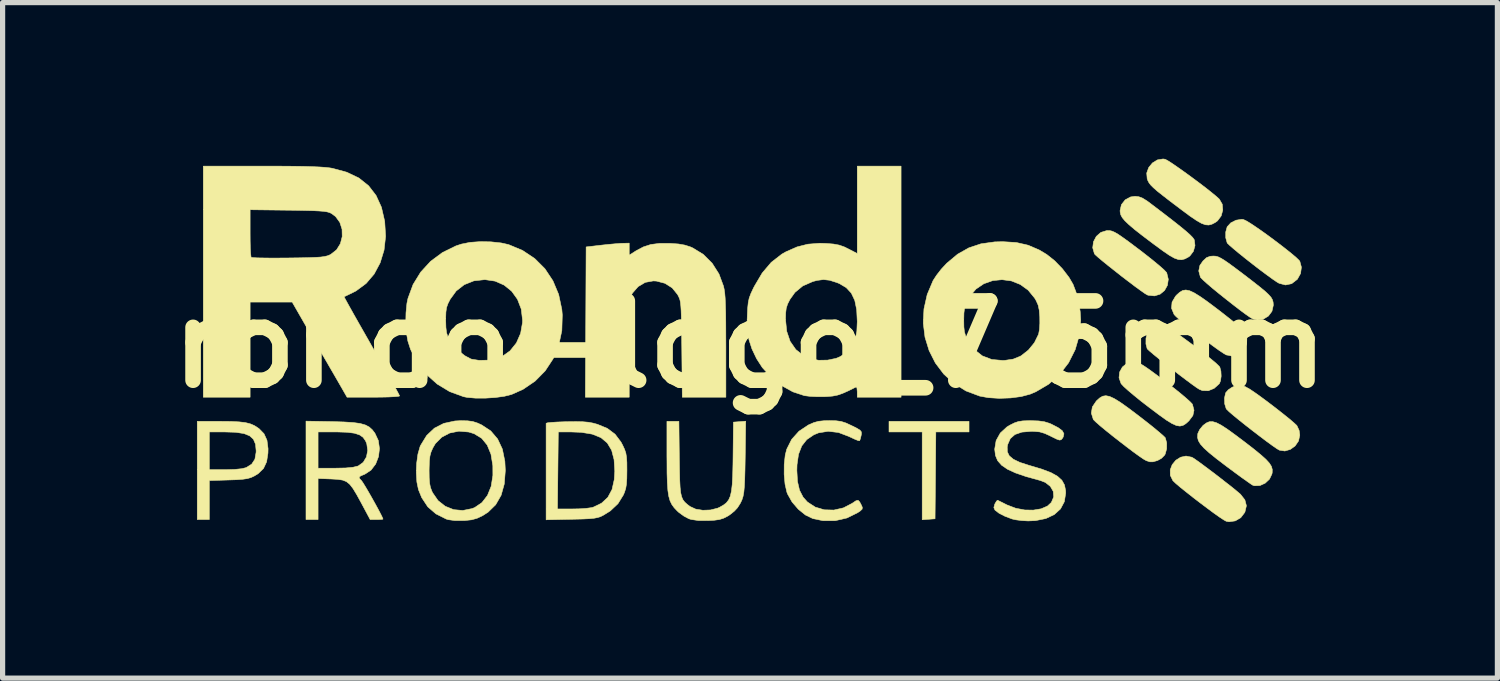
<source format=kicad_pcb>
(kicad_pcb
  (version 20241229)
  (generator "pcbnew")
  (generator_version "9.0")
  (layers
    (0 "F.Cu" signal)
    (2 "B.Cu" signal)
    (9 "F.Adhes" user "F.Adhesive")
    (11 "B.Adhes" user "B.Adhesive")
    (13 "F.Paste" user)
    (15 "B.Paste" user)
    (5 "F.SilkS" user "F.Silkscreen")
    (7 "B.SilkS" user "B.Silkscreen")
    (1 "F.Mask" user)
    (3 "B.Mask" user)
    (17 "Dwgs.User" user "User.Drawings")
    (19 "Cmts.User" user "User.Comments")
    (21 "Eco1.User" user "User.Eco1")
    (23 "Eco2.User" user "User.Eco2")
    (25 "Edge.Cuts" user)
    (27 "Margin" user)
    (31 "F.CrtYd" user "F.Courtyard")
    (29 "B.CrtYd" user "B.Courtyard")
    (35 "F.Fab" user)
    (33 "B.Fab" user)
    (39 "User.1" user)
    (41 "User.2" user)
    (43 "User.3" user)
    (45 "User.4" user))
  (footprint "rondo-logo_7.5mm"
    (layer "F.Cu")
    (at 11.365 3.568)
    (property "Reference" "rondo-logo_7.5mm" (at 0 0 0) (layer "F.SilkS") (effects (font (size 1.524 1.524) (thickness 0.3))))
    (attr through_hole)
    (fp_poly (pts (xy 4.209 1.684) (xy 3.571 1.684) (xy 3.564 2.518) (xy 3.556 3.353) (xy 3.433 3.362) (xy 3.309 3.371) (xy 3.309 1.684) (xy 2.671 1.684) (xy 2.671 1.48) (xy 4.209 1.48) (xy 4.209 1.684)) (stroke (width 0.01) (type solid)) (fill yes) (layer "F.SilkS"))
    (fp_poly (pts (xy 7.472 -2.837) (xy 7.544 -2.81) (xy 7.632 -2.755) (xy 7.698 -2.706) (xy 7.928 -2.531) (xy 8.115 -2.387) (xy 8.263 -2.27) (xy 8.375 -2.178) (xy 8.455 -2.107) (xy 8.507 -2.054) (xy 8.534 -2.016) (xy 8.539 -2.006) (xy 8.552 -1.898) (xy 8.521 -1.787) (xy 8.453 -1.698) (xy 8.422 -1.676) (xy 8.357 -1.642) (xy 8.296 -1.626) (xy 8.232 -1.63) (xy 8.156 -1.657) (xy 8.06 -1.711) (xy 7.937 -1.795) (xy 7.779 -1.911) (xy 7.729 -1.948) (xy 7.54 -2.091) (xy 7.393 -2.206) (xy 7.284 -2.299) (xy 7.206 -2.373) (xy 7.155 -2.434) (xy 7.126 -2.488) (xy 7.114 -2.539) (xy 7.112 -2.571) (xy 7.138 -2.685) (xy 7.21 -2.777) (xy 7.314 -2.833) (xy 7.399 -2.845) (xy 7.472 -2.837)) (stroke (width 0.01) (type solid)) (fill yes) (layer "F.SilkS"))
    (fp_poly (pts (xy 7.413 0.339) (xy 7.459 0.353) (xy 7.518 0.382) (xy 7.594 0.43) (xy 7.696 0.501) (xy 7.831 0.6) (xy 7.976 0.71) (xy 8.125 0.824) (xy 8.259 0.931) (xy 8.371 1.025) (xy 8.453 1.098) (xy 8.498 1.145) (xy 8.503 1.153) (xy 8.533 1.267) (xy 8.511 1.369) (xy 8.436 1.469) (xy 8.376 1.524) (xy 8.321 1.558) (xy 8.262 1.571) (xy 8.194 1.56) (xy 8.108 1.521) (xy 7.999 1.454) (xy 7.86 1.354) (xy 7.683 1.221) (xy 7.661 1.204) (xy 7.513 1.09) (xy 7.379 0.981) (xy 7.265 0.885) (xy 7.181 0.809) (xy 7.135 0.759) (xy 7.131 0.754) (xy 7.092 0.643) (xy 7.103 0.533) (xy 7.156 0.437) (xy 7.242 0.366) (xy 7.355 0.336) (xy 7.371 0.335) (xy 7.413 0.339)) (stroke (width 0.01) (type solid)) (fill yes) (layer "F.SilkS"))
    (fp_poly (pts (xy 8.003 -0.344) (xy 8.087 -0.292) (xy 8.199 -0.216) (xy 8.329 -0.123) (xy 8.469 -0.02) (xy 8.611 0.087) (xy 8.745 0.19) (xy 8.863 0.285) (xy 8.956 0.363) (xy 9.014 0.419) (xy 9.029 0.438) (xy 9.05 0.514) (xy 9.055 0.612) (xy 9.042 0.703) (xy 9.02 0.756) (xy 8.92 0.846) (xy 8.807 0.892) (xy 8.693 0.888) (xy 8.636 0.865) (xy 8.578 0.828) (xy 8.489 0.764) (xy 8.376 0.68) (xy 8.248 0.583) (xy 8.113 0.479) (xy 7.98 0.375) (xy 7.857 0.277) (xy 7.754 0.193) (xy 7.678 0.128) (xy 7.637 0.09) (xy 7.633 0.085) (xy 7.609 -0.007) (xy 7.61 -0.118) (xy 7.636 -0.219) (xy 7.65 -0.245) (xy 7.732 -0.322) (xy 7.843 -0.366) (xy 7.955 -0.367) (xy 8.003 -0.344)) (stroke (width 0.01) (type solid)) (fill yes) (layer "F.SilkS"))
    (fp_poly (pts (xy 8.447 -1.031) (xy 8.536 -0.99) (xy 8.649 -0.92) (xy 8.793 -0.819) (xy 8.974 -0.683) (xy 9.011 -0.655) (xy 9.157 -0.541) (xy 9.288 -0.437) (xy 9.397 -0.348) (xy 9.476 -0.279) (xy 9.517 -0.238) (xy 9.521 -0.233) (xy 9.549 -0.135) (xy 9.546 -0.023) (xy 9.515 0.076) (xy 9.49 0.112) (xy 9.379 0.197) (xy 9.261 0.225) (xy 9.152 0.203) (xy 9.099 0.172) (xy 9.011 0.113) (xy 8.897 0.031) (xy 8.767 -0.066) (xy 8.63 -0.171) (xy 8.494 -0.278) (xy 8.369 -0.378) (xy 8.264 -0.466) (xy 8.188 -0.534) (xy 8.15 -0.574) (xy 8.15 -0.575) (xy 8.101 -0.694) (xy 8.111 -0.811) (xy 8.177 -0.924) (xy 8.201 -0.95) (xy 8.259 -1.002) (xy 8.315 -1.035) (xy 8.376 -1.045) (xy 8.447 -1.031)) (stroke (width 0.01) (type solid)) (fill yes) (layer "F.SilkS"))
    (fp_poly (pts (xy 8.489 2.169) (xy 8.508 2.179) (xy 8.557 2.211) (xy 8.642 2.271) (xy 8.752 2.353) (xy 8.879 2.448) (xy 9.013 2.55) (xy 9.143 2.652) (xy 9.261 2.744) (xy 9.355 2.821) (xy 9.418 2.874) (xy 9.426 2.881) (xy 9.511 2.99) (xy 9.54 3.102) (xy 9.512 3.221) (xy 9.508 3.231) (xy 9.432 3.331) (xy 9.326 3.393) (xy 9.207 3.41) (xy 9.152 3.4) (xy 9.108 3.376) (xy 9.027 3.323) (xy 8.918 3.246) (xy 8.791 3.152) (xy 8.654 3.049) (xy 8.516 2.943) (xy 8.387 2.841) (xy 8.273 2.75) (xy 8.186 2.676) (xy 8.133 2.626) (xy 8.126 2.618) (xy 8.077 2.517) (xy 8.076 2.411) (xy 8.114 2.312) (xy 8.183 2.228) (xy 8.275 2.17) (xy 8.379 2.147) (xy 8.489 2.169)) (stroke (width 0.01) (type solid)) (fill yes) (layer "F.SilkS"))
    (fp_poly (pts (xy 9.479 -2.4) (xy 9.529 -2.378) (xy 9.615 -2.327) (xy 9.729 -2.251) (xy 9.861 -2.159) (xy 10.003 -2.056) (xy 10.146 -1.949) (xy 10.281 -1.845) (xy 10.4 -1.75) (xy 10.494 -1.671) (xy 10.553 -1.614) (xy 10.567 -1.595) (xy 10.597 -1.483) (xy 10.581 -1.362) (xy 10.522 -1.255) (xy 10.516 -1.248) (xy 10.41 -1.166) (xy 10.292 -1.141) (xy 10.169 -1.173) (xy 10.129 -1.196) (xy 10.042 -1.255) (xy 9.931 -1.336) (xy 9.803 -1.431) (xy 9.668 -1.535) (xy 9.533 -1.641) (xy 9.408 -1.741) (xy 9.301 -1.83) (xy 9.221 -1.899) (xy 9.175 -1.943) (xy 9.17 -1.951) (xy 9.143 -2.047) (xy 9.143 -2.16) (xy 9.17 -2.258) (xy 9.171 -2.26) (xy 9.24 -2.335) (xy 9.341 -2.386) (xy 9.451 -2.403) (xy 9.479 -2.4)) (stroke (width 0.01) (type solid)) (fill yes) (layer "F.SilkS"))
    (fp_poly (pts (xy 6.913 -2.186) (xy 6.957 -2.176) (xy 7.008 -2.154) (xy 7.075 -2.115) (xy 7.164 -2.054) (xy 7.283 -1.968) (xy 7.438 -1.851) (xy 7.483 -1.818) (xy 7.631 -1.703) (xy 7.765 -1.596) (xy 7.877 -1.503) (xy 7.959 -1.43) (xy 8.004 -1.382) (xy 8.009 -1.374) (xy 8.039 -1.25) (xy 8.022 -1.134) (xy 7.967 -1.035) (xy 7.881 -0.964) (xy 7.773 -0.931) (xy 7.652 -0.944) (xy 7.635 -0.95) (xy 7.591 -0.976) (xy 7.512 -1.031) (xy 7.406 -1.108) (xy 7.282 -1.202) (xy 7.148 -1.304) (xy 7.014 -1.41) (xy 6.886 -1.511) (xy 6.774 -1.602) (xy 6.687 -1.675) (xy 6.632 -1.725) (xy 6.619 -1.741) (xy 6.586 -1.856) (xy 6.601 -1.972) (xy 6.655 -2.075) (xy 6.742 -2.151) (xy 6.854 -2.186) (xy 6.87 -2.187) (xy 6.913 -2.186)) (stroke (width 0.01) (type solid)) (fill yes) (layer "F.SilkS"))
    (fp_poly (pts (xy 7.978 -3.557) (xy 8.023 -3.534) (xy 8.105 -3.482) (xy 8.214 -3.407) (xy 8.343 -3.316) (xy 8.482 -3.215) (xy 8.622 -3.111) (xy 8.755 -3.01) (xy 8.871 -2.918) (xy 8.962 -2.843) (xy 9.019 -2.791) (xy 9.02 -2.79) (xy 9.076 -2.693) (xy 9.086 -2.58) (xy 9.055 -2.468) (xy 8.985 -2.374) (xy 8.941 -2.342) (xy 8.877 -2.309) (xy 8.817 -2.293) (xy 8.752 -2.298) (xy 8.676 -2.326) (xy 8.58 -2.381) (xy 8.456 -2.465) (xy 8.297 -2.583) (xy 8.252 -2.617) (xy 8.072 -2.753) (xy 7.933 -2.861) (xy 7.828 -2.944) (xy 7.754 -3.009) (xy 7.702 -3.061) (xy 7.668 -3.105) (xy 7.646 -3.147) (xy 7.633 -3.182) (xy 7.624 -3.292) (xy 7.662 -3.398) (xy 7.734 -3.486) (xy 7.83 -3.545) (xy 7.938 -3.563) (xy 7.978 -3.557)) (stroke (width 0.01) (type solid)) (fill yes) (layer "F.SilkS"))
    (fp_poly (pts (xy 8.951 -1.694) (xy 8.998 -1.681) (xy 9.055 -1.653) (xy 9.129 -1.607) (xy 9.229 -1.537) (xy 9.361 -1.439) (xy 9.47 -1.357) (xy 9.65 -1.219) (xy 9.789 -1.11) (xy 9.893 -1.025) (xy 9.965 -0.958) (xy 10.013 -0.904) (xy 10.04 -0.857) (xy 10.053 -0.812) (xy 10.057 -0.762) (xy 10.057 -0.75) (xy 10.031 -0.635) (xy 9.963 -0.544) (xy 9.867 -0.485) (xy 9.754 -0.467) (xy 9.664 -0.488) (xy 9.611 -0.519) (xy 9.525 -0.579) (xy 9.414 -0.661) (xy 9.287 -0.759) (xy 9.152 -0.865) (xy 9.018 -0.972) (xy 8.893 -1.074) (xy 8.787 -1.165) (xy 8.707 -1.237) (xy 8.662 -1.283) (xy 8.656 -1.292) (xy 8.624 -1.41) (xy 8.646 -1.517) (xy 8.706 -1.603) (xy 8.775 -1.667) (xy 8.847 -1.693) (xy 8.906 -1.697) (xy 8.951 -1.694)) (stroke (width 0.01) (type solid)) (fill yes) (layer "F.SilkS"))
    (fp_poly (pts (xy 8.963 1.506) (xy 9.056 1.554) (xy 9.174 1.631) (xy 9.325 1.74) (xy 9.498 1.87) (xy 9.678 2.009) (xy 9.815 2.121) (xy 9.915 2.21) (xy 9.982 2.284) (xy 10.021 2.346) (xy 10.037 2.404) (xy 10.036 2.463) (xy 10.031 2.491) (xy 9.984 2.59) (xy 9.901 2.668) (xy 9.8 2.714) (xy 9.696 2.718) (xy 9.667 2.71) (xy 9.631 2.688) (xy 9.557 2.636) (xy 9.451 2.561) (xy 9.323 2.467) (xy 9.18 2.361) (xy 9.153 2.341) (xy 8.968 2.2) (xy 8.827 2.086) (xy 8.725 1.994) (xy 8.656 1.917) (xy 8.616 1.85) (xy 8.601 1.788) (xy 8.605 1.725) (xy 8.607 1.712) (xy 8.642 1.638) (xy 8.703 1.563) (xy 8.717 1.551) (xy 8.773 1.51) (xy 8.828 1.487) (xy 8.889 1.485) (xy 8.963 1.506)) (stroke (width 0.01) (type solid)) (fill yes) (layer "F.SilkS"))
    (fp_poly (pts (xy 9.444 0.788) (xy 9.517 0.813) (xy 9.607 0.863) (xy 9.722 0.941) (xy 9.871 1.049) (xy 9.987 1.136) (xy 10.133 1.248) (xy 10.266 1.353) (xy 10.379 1.444) (xy 10.461 1.515) (xy 10.507 1.558) (xy 10.51 1.561) (xy 10.553 1.653) (xy 10.566 1.745) (xy 10.542 1.857) (xy 10.477 1.952) (xy 10.385 2.019) (xy 10.279 2.05) (xy 10.175 2.034) (xy 10.125 2.005) (xy 10.041 1.947) (xy 9.931 1.867) (xy 9.804 1.771) (xy 9.668 1.667) (xy 9.532 1.561) (xy 9.404 1.459) (xy 9.294 1.369) (xy 9.21 1.297) (xy 9.161 1.249) (xy 9.152 1.238) (xy 9.123 1.145) (xy 9.119 1.033) (xy 9.14 0.937) (xy 9.145 0.927) (xy 9.192 0.874) (xy 9.26 0.828) (xy 9.323 0.798) (xy 9.383 0.784) (xy 9.444 0.788)) (stroke (width 0.01) (type solid)) (fill yes) (layer "F.SilkS"))
    (fp_poly (pts (xy 6.91 1.001) (xy 6.999 1.042) (xy 7.113 1.112) (xy 7.257 1.214) (xy 7.438 1.35) (xy 7.473 1.377) (xy 7.619 1.49) (xy 7.75 1.594) (xy 7.858 1.684) (xy 7.937 1.752) (xy 7.979 1.793) (xy 7.982 1.799) (xy 8.008 1.894) (xy 8.007 2.008) (xy 7.979 2.11) (xy 7.966 2.132) (xy 7.906 2.192) (xy 7.831 2.233) (xy 7.747 2.257) (xy 7.685 2.258) (xy 7.615 2.235) (xy 7.564 2.206) (xy 7.479 2.148) (xy 7.368 2.068) (xy 7.241 1.972) (xy 7.105 1.867) (xy 6.969 1.761) (xy 6.842 1.659) (xy 6.734 1.57) (xy 6.652 1.498) (xy 6.605 1.452) (xy 6.598 1.444) (xy 6.56 1.322) (xy 6.579 1.203) (xy 6.655 1.09) (xy 6.663 1.082) (xy 6.721 1.03) (xy 6.777 0.997) (xy 6.838 0.987) (xy 6.91 1.001)) (stroke (width 0.01) (type solid)) (fill yes) (layer "F.SilkS"))
    (fp_poly (pts (xy -9.975 1.482) (xy -9.819 1.49) (xy -9.699 1.504) (xy -9.604 1.528) (xy -9.525 1.562) (xy -9.45 1.611) (xy -9.438 1.619) (xy -9.341 1.718) (xy -9.284 1.844) (xy -9.263 2.006) (xy -9.265 2.09) (xy -9.291 2.258) (xy -9.351 2.386) (xy -9.453 2.485) (xy -9.531 2.532) (xy -9.592 2.56) (xy -9.661 2.58) (xy -9.75 2.593) (xy -9.872 2.602) (xy -10.022 2.607) (xy -10.392 2.618) (xy -10.392 3.367) (xy -10.624 3.367) (xy -10.624 1.684) (xy -10.392 1.684) (xy -10.392 2.409) (xy -10.086 2.409) (xy -9.906 2.404) (xy -9.768 2.39) (xy -9.684 2.369) (xy -9.578 2.303) (xy -9.516 2.208) (xy -9.493 2.075) (xy -9.492 2.047) (xy -9.504 1.92) (xy -9.544 1.825) (xy -9.617 1.758) (xy -9.729 1.714) (xy -9.887 1.69) (xy -10.086 1.684) (xy -10.392 1.684) (xy -10.624 1.684) (xy -10.624 1.48) (xy -10.179 1.48) (xy -9.975 1.482)) (stroke (width 0.01) (type solid)) (fill yes) (layer "F.SilkS"))
    (fp_poly (pts (xy -0.093 2.183) (xy -0.097 2.413) (xy -0.102 2.593) (xy -0.109 2.733) (xy -0.119 2.839) (xy -0.134 2.922) (xy -0.155 2.988) (xy -0.183 3.048) (xy -0.22 3.108) (xy -0.244 3.144) (xy -0.302 3.206) (xy -0.387 3.274) (xy -0.43 3.302) (xy -0.509 3.342) (xy -0.589 3.367) (xy -0.69 3.381) (xy -0.811 3.387) (xy -0.994 3.386) (xy -1.129 3.366) (xy -1.175 3.352) (xy -1.268 3.303) (xy -1.365 3.233) (xy -1.399 3.202) (xy -1.457 3.141) (xy -1.502 3.079) (xy -1.537 3.008) (xy -1.562 2.919) (xy -1.579 2.807) (xy -1.589 2.662) (xy -1.595 2.477) (xy -1.596 2.244) (xy -1.597 2.157) (xy -1.597 1.48) (xy -1.367 1.48) (xy -1.359 2.19) (xy -1.355 2.423) (xy -1.351 2.605) (xy -1.344 2.745) (xy -1.333 2.85) (xy -1.315 2.928) (xy -1.29 2.986) (xy -1.255 3.032) (xy -1.209 3.074) (xy -1.152 3.117) (xy -1.044 3.167) (xy -0.907 3.189) (xy -0.759 3.183) (xy -0.621 3.148) (xy -0.582 3.13) (xy -0.51 3.089) (xy -0.454 3.045) (xy -0.411 2.99) (xy -0.379 2.918) (xy -0.357 2.821) (xy -0.342 2.692) (xy -0.333 2.524) (xy -0.328 2.309) (xy -0.326 2.163) (xy -0.319 1.495) (xy -0.201 1.486) (xy -0.083 1.477) (xy -0.093 2.183)) (stroke (width 0.01) (type solid)) (fill yes) (layer "F.SilkS"))
    (fp_poly (pts (xy -2.322 -1.714) (xy -2.192 -1.797) (xy -2.051 -1.872) (xy -1.907 -1.919) (xy -1.741 -1.94) (xy -1.537 -1.94) (xy -1.532 -1.94) (xy -1.376 -1.929) (xy -1.256 -1.908) (xy -1.151 -1.875) (xy -1.099 -1.852) (xy -0.897 -1.728) (xy -0.728 -1.559) (xy -0.597 -1.353) (xy -0.51 -1.119) (xy -0.497 -1.059) (xy -0.486 -0.984) (xy -0.478 -0.889) (xy -0.473 -0.765) (xy -0.468 -0.608) (xy -0.466 -0.409) (xy -0.465 -0.164) (xy -0.464 0.035) (xy -0.464 1.016) (xy -1.302 1.016) (xy -1.311 0.094) (xy -1.314 -0.161) (xy -1.317 -0.365) (xy -1.32 -0.525) (xy -1.324 -0.647) (xy -1.33 -0.738) (xy -1.337 -0.805) (xy -1.347 -0.855) (xy -1.361 -0.894) (xy -1.378 -0.93) (xy -1.393 -0.958) (xy -1.496 -1.085) (xy -1.635 -1.173) (xy -1.799 -1.216) (xy -1.86 -1.219) (xy -2.014 -1.191) (xy -2.15 -1.11) (xy -2.256 -0.989) (xy -2.274 -0.961) (xy -2.289 -0.932) (xy -2.3 -0.895) (xy -2.308 -0.845) (xy -2.314 -0.774) (xy -2.318 -0.676) (xy -2.321 -0.544) (xy -2.322 -0.373) (xy -2.322 -0.155) (xy -2.322 0.062) (xy -2.322 1.016) (xy -3.165 1.016) (xy -3.157 -0.428) (xy -3.15 -1.872) (xy -2.859 -1.906) (xy -2.72 -1.921) (xy -2.587 -1.933) (xy -2.482 -1.941) (xy -2.446 -1.942) (xy -2.322 -1.945) (xy -2.322 -1.714)) (stroke (width 0.01) (type solid)) (fill yes) (layer "F.SilkS"))
    (fp_poly (pts (xy -8.019 1.485) (xy -7.798 1.492) (xy -7.626 1.503) (xy -7.494 1.521) (xy -7.395 1.549) (xy -7.32 1.588) (xy -7.26 1.642) (xy -7.21 1.707) (xy -7.144 1.848) (xy -7.122 2.003) (xy -7.14 2.157) (xy -7.195 2.3) (xy -7.284 2.417) (xy -7.404 2.496) (xy -7.409 2.498) (xy -7.484 2.529) (xy -7.513 2.553) (xy -7.502 2.582) (xy -7.467 2.62) (xy -7.439 2.66) (xy -7.391 2.738) (xy -7.33 2.841) (xy -7.263 2.959) (xy -7.196 3.079) (xy -7.135 3.191) (xy -7.088 3.282) (xy -7.059 3.342) (xy -7.054 3.359) (xy -7.08 3.364) (xy -7.145 3.367) (xy -7.177 3.367) (xy -7.301 3.367) (xy -7.471 3.049) (xy -7.56 2.887) (xy -7.631 2.77) (xy -7.694 2.689) (xy -7.757 2.638) (xy -7.831 2.609) (xy -7.924 2.595) (xy -8.043 2.588) (xy -8.302 2.578) (xy -8.302 3.367) (xy -8.534 3.367) (xy -8.534 1.684) (xy -8.302 1.684) (xy -8.302 2.38) (xy -7.967 2.38) (xy -7.771 2.376) (xy -7.629 2.362) (xy -7.535 2.339) (xy -7.531 2.338) (xy -7.434 2.268) (xy -7.372 2.164) (xy -7.348 2.04) (xy -7.366 1.91) (xy -7.39 1.854) (xy -7.437 1.787) (xy -7.505 1.74) (xy -7.603 1.708) (xy -7.739 1.69) (xy -7.922 1.684) (xy -7.967 1.684) (xy -8.302 1.684) (xy -8.534 1.684) (xy -8.534 1.476) (xy -8.019 1.485)) (stroke (width 0.01) (type solid)) (fill yes) (layer "F.SilkS"))
    (fp_poly (pts (xy 1.654 1.469) (xy 1.751 1.482) (xy 1.842 1.511) (xy 1.954 1.563) (xy 1.956 1.564) (xy 2.056 1.614) (xy 2.114 1.65) (xy 2.139 1.682) (xy 2.141 1.72) (xy 2.136 1.75) (xy 2.12 1.817) (xy 2.105 1.853) (xy 2.105 1.853) (xy 2.074 1.848) (xy 2.006 1.82) (xy 1.914 1.777) (xy 1.9 1.77) (xy 1.699 1.694) (xy 1.502 1.671) (xy 1.317 1.701) (xy 1.227 1.738) (xy 1.091 1.83) (xy 0.994 1.953) (xy 0.932 2.113) (xy 0.903 2.314) (xy 0.9 2.423) (xy 0.912 2.635) (xy 0.951 2.803) (xy 1.02 2.937) (xy 1.103 3.03) (xy 1.253 3.128) (xy 1.426 3.18) (xy 1.611 3.185) (xy 1.795 3.143) (xy 1.966 3.054) (xy 1.969 3.051) (xy 2.037 3.006) (xy 2.077 2.997) (xy 2.107 3.028) (xy 2.133 3.076) (xy 2.158 3.131) (xy 2.155 3.167) (xy 2.117 3.203) (xy 2.069 3.235) (xy 1.863 3.337) (xy 1.637 3.389) (xy 1.402 3.389) (xy 1.208 3.349) (xy 1.065 3.28) (xy 0.927 3.168) (xy 0.808 3.03) (xy 0.723 2.879) (xy 0.709 2.844) (xy 0.673 2.688) (xy 0.656 2.501) (xy 0.657 2.307) (xy 0.677 2.127) (xy 0.706 2.014) (xy 0.8 1.827) (xy 0.941 1.67) (xy 1.121 1.55) (xy 1.126 1.548) (xy 1.226 1.504) (xy 1.317 1.479) (xy 1.424 1.468) (xy 1.525 1.466) (xy 1.654 1.469)) (stroke (width 0.01) (type solid)) (fill yes) (layer "F.SilkS"))
    (fp_poly (pts (xy -3.211 1.488) (xy -3.107 1.497) (xy -3.016 1.514) (xy -2.933 1.537) (xy -2.742 1.616) (xy -2.594 1.727) (xy -2.48 1.878) (xy -2.448 1.938) (xy -2.411 2.018) (xy -2.387 2.089) (xy -2.374 2.167) (xy -2.367 2.269) (xy -2.366 2.412) (xy -2.366 2.424) (xy -2.368 2.575) (xy -2.375 2.685) (xy -2.389 2.77) (xy -2.413 2.845) (xy -2.435 2.896) (xy -2.538 3.062) (xy -2.685 3.201) (xy -2.824 3.287) (xy -2.875 3.312) (xy -2.929 3.329) (xy -2.996 3.342) (xy -3.088 3.351) (xy -3.214 3.357) (xy -3.385 3.361) (xy -3.433 3.362) (xy -3.919 3.372) (xy -3.919 3.164) (xy -3.701 3.164) (xy -3.408 3.164) (xy -3.271 3.161) (xy -3.146 3.152) (xy -3.05 3.139) (xy -3.016 3.131) (xy -2.854 3.053) (xy -2.733 2.941) (xy -2.652 2.79) (xy -2.609 2.598) (xy -2.599 2.438) (xy -2.613 2.215) (xy -2.66 2.035) (xy -2.744 1.895) (xy -2.866 1.793) (xy -3.032 1.726) (xy -3.243 1.691) (xy -3.43 1.684) (xy -3.685 1.684) (xy -3.693 2.424) (xy -3.701 3.164) (xy -3.919 3.164) (xy -3.919 2.455) (xy -3.919 2.23) (xy -3.919 2.023) (xy -3.919 1.843) (xy -3.919 1.695) (xy -3.919 1.587) (xy -3.919 1.527) (xy -3.919 1.517) (xy -3.892 1.508) (xy -3.817 1.5) (xy -3.705 1.493) (xy -3.566 1.488) (xy -3.521 1.487) (xy -3.344 1.485) (xy -3.211 1.488)) (stroke (width 0.01) (type solid)) (fill yes) (layer "F.SilkS"))
    (fp_poly (pts (xy -5.427 1.47) (xy -5.329 1.483) (xy -5.239 1.512) (xy -5.158 1.549) (xy -4.983 1.664) (xy -4.851 1.819) (xy -4.76 2.013) (xy -4.712 2.247) (xy -4.703 2.424) (xy -4.723 2.683) (xy -4.784 2.901) (xy -4.888 3.082) (xy -5.034 3.225) (xy -5.14 3.293) (xy -5.246 3.343) (xy -5.351 3.372) (xy -5.48 3.386) (xy -5.514 3.387) (xy -5.671 3.387) (xy -5.796 3.37) (xy -5.838 3.358) (xy -6.037 3.258) (xy -6.193 3.123) (xy -6.31 2.946) (xy -6.373 2.791) (xy -6.403 2.646) (xy -6.414 2.47) (xy -6.413 2.424) (xy -6.168 2.424) (xy -6.166 2.568) (xy -6.158 2.671) (xy -6.142 2.751) (xy -6.114 2.824) (xy -6.1 2.853) (xy -5.996 3.003) (xy -5.858 3.112) (xy -5.696 3.177) (xy -5.521 3.193) (xy -5.343 3.157) (xy -5.292 3.137) (xy -5.153 3.042) (xy -5.046 2.904) (xy -4.975 2.728) (xy -4.942 2.518) (xy -4.943 2.332) (xy -4.979 2.111) (xy -5.051 1.936) (xy -5.158 1.805) (xy -5.303 1.717) (xy -5.408 1.685) (xy -5.595 1.669) (xy -5.771 1.704) (xy -5.924 1.784) (xy -6.047 1.907) (xy -6.097 1.992) (xy -6.131 2.07) (xy -6.152 2.147) (xy -6.163 2.243) (xy -6.167 2.373) (xy -6.168 2.424) (xy -6.413 2.424) (xy -6.407 2.285) (xy -6.383 2.11) (xy -6.342 1.966) (xy -6.33 1.94) (xy -6.214 1.751) (xy -6.066 1.611) (xy -5.886 1.519) (xy -5.672 1.473) (xy -5.559 1.467) (xy -5.427 1.47)) (stroke (width 0.01) (type solid)) (fill yes) (layer "F.SilkS"))
    (fp_poly (pts (xy -4.978 -1.97) (xy -4.783 -1.949) (xy -4.64 -1.917) (xy -4.372 -1.805) (xy -4.138 -1.649) (xy -3.942 -1.453) (xy -3.788 -1.221) (xy -3.678 -0.959) (xy -3.617 -0.67) (xy -3.608 -0.566) (xy -3.617 -0.264) (xy -3.677 0.019) (xy -3.785 0.279) (xy -3.937 0.51) (xy -4.131 0.707) (xy -4.363 0.865) (xy -4.583 0.963) (xy -4.722 0.998) (xy -4.896 1.022) (xy -5.087 1.034) (xy -5.273 1.034) (xy -5.435 1.02) (xy -5.505 1.006) (xy -5.772 0.909) (xy -6.013 0.763) (xy -6.223 0.575) (xy -6.396 0.35) (xy -6.525 0.096) (xy -6.576 -0.062) (xy -6.604 -0.219) (xy -6.616 -0.408) (xy -6.615 -0.464) (xy -5.849 -0.464) (xy -5.845 -0.326) (xy -5.833 -0.226) (xy -5.808 -0.145) (xy -5.785 -0.098) (xy -5.706 0.016) (xy -5.599 0.126) (xy -5.481 0.219) (xy -5.369 0.279) (xy -5.347 0.286) (xy -5.206 0.308) (xy -5.043 0.304) (xy -4.887 0.279) (xy -4.77 0.237) (xy -4.612 0.125) (xy -4.49 -0.027) (xy -4.409 -0.211) (xy -4.373 -0.418) (xy -4.372 -0.464) (xy -4.397 -0.678) (xy -4.469 -0.865) (xy -4.581 -1.021) (xy -4.727 -1.139) (xy -4.9 -1.215) (xy -5.095 -1.244) (xy -5.304 -1.221) (xy -5.306 -1.221) (xy -5.492 -1.147) (xy -5.647 -1.026) (xy -5.764 -0.865) (xy -5.807 -0.78) (xy -5.833 -0.705) (xy -5.845 -0.619) (xy -5.849 -0.501) (xy -5.849 -0.464) (xy -6.615 -0.464) (xy -6.612 -0.606) (xy -6.594 -0.789) (xy -6.574 -0.884) (xy -6.476 -1.15) (xy -6.329 -1.389) (xy -6.139 -1.596) (xy -5.911 -1.765) (xy -5.652 -1.892) (xy -5.546 -1.927) (xy -5.382 -1.96) (xy -5.186 -1.974) (xy -4.978 -1.97)) (stroke (width 0.01) (type solid)) (fill yes) (layer "F.SilkS"))
    (fp_poly (pts (xy 2.903 1.016) (xy 2.061 1.016) (xy 2.061 0.912) (xy 2.056 0.847) (xy 2.043 0.819) (xy 2.039 0.819) (xy 1.89 0.893) (xy 1.775 0.944) (xy 1.681 0.976) (xy 1.59 0.994) (xy 1.488 1.003) (xy 1.422 1.006) (xy 1.289 1.006) (xy 1.159 1) (xy 1.059 0.988) (xy 1.045 0.986) (xy 0.824 0.913) (xy 0.607 0.793) (xy 0.407 0.634) (xy 0.237 0.447) (xy 0.126 0.275) (xy 0.037 0.088) (xy -0.02 -0.087) (xy -0.049 -0.268) (xy -0.055 -0.477) (xy -0.055 -0.479) (xy 0.682 -0.479) (xy 0.705 -0.251) (xy 0.771 -0.057) (xy 0.88 0.1) (xy 1.03 0.218) (xy 1.168 0.278) (xy 1.32 0.306) (xy 1.49 0.303) (xy 1.651 0.27) (xy 1.729 0.238) (xy 1.863 0.153) (xy 1.958 0.049) (xy 2.02 -0.083) (xy 2.053 -0.252) (xy 2.061 -0.438) (xy 2.05 -0.665) (xy 2.013 -0.845) (xy 1.947 -0.984) (xy 1.849 -1.09) (xy 1.715 -1.169) (xy 1.667 -1.188) (xy 1.528 -1.232) (xy 1.411 -1.245) (xy 1.289 -1.229) (xy 1.206 -1.207) (xy 1.014 -1.123) (xy 0.863 -0.998) (xy 0.766 -0.862) (xy 0.722 -0.775) (xy 0.696 -0.695) (xy 0.685 -0.602) (xy 0.682 -0.479) (xy -0.055 -0.479) (xy -0.052 -0.556) (xy -0.045 -0.699) (xy -0.034 -0.804) (xy -0.016 -0.889) (xy 0.016 -0.975) (xy 0.065 -1.08) (xy 0.083 -1.115) (xy 0.234 -1.371) (xy 0.408 -1.576) (xy 0.61 -1.733) (xy 0.689 -1.778) (xy 0.902 -1.872) (xy 1.111 -1.925) (xy 1.339 -1.943) (xy 1.462 -1.939) (xy 1.603 -1.928) (xy 1.711 -1.908) (xy 1.809 -1.874) (xy 1.886 -1.836) (xy 2.061 -1.746) (xy 2.061 -3.425) (xy 2.903 -3.425) (xy 2.903 1.016)) (stroke (width 0.01) (type solid)) (fill yes) (layer "F.SilkS"))
    (fp_poly (pts (xy 5.119 -1.957) (xy 5.346 -1.905) (xy 5.56 -1.813) (xy 5.703 -1.727) (xy 5.855 -1.606) (xy 6.004 -1.452) (xy 6.131 -1.286) (xy 6.208 -1.154) (xy 6.265 -1.005) (xy 6.313 -0.823) (xy 6.345 -0.634) (xy 6.356 -0.464) (xy 6.329 -0.172) (xy 6.249 0.103) (xy 6.122 0.355) (xy 5.951 0.577) (xy 5.741 0.765) (xy 5.495 0.91) (xy 5.385 0.957) (xy 5.213 1.003) (xy 5.008 1.03) (xy 4.79 1.038) (xy 4.581 1.025) (xy 4.412 0.994) (xy 4.149 0.895) (xy 3.918 0.751) (xy 3.722 0.57) (xy 3.562 0.358) (xy 3.442 0.12) (xy 3.363 -0.136) (xy 3.33 -0.405) (xy 3.332 -0.464) (xy 4.108 -0.464) (xy 4.11 -0.335) (xy 4.12 -0.243) (xy 4.142 -0.167) (xy 4.18 -0.087) (xy 4.192 -0.065) (xy 4.314 0.103) (xy 4.465 0.222) (xy 4.646 0.291) (xy 4.858 0.31) (xy 4.897 0.308) (xy 5.058 0.284) (xy 5.194 0.229) (xy 5.211 0.219) (xy 5.35 0.11) (xy 5.466 -0.032) (xy 5.543 -0.189) (xy 5.548 -0.204) (xy 5.563 -0.287) (xy 5.57 -0.404) (xy 5.569 -0.528) (xy 5.569 -0.529) (xy 5.558 -0.658) (xy 5.537 -0.755) (xy 5.498 -0.842) (xy 5.471 -0.888) (xy 5.346 -1.041) (xy 5.194 -1.151) (xy 5.023 -1.219) (xy 4.844 -1.243) (xy 4.664 -1.225) (xy 4.494 -1.165) (xy 4.343 -1.063) (xy 4.22 -0.918) (xy 4.188 -0.864) (xy 4.147 -0.777) (xy 4.123 -0.696) (xy 4.111 -0.601) (xy 4.108 -0.47) (xy 4.108 -0.464) (xy 3.332 -0.464) (xy 3.343 -0.681) (xy 3.405 -0.957) (xy 3.518 -1.225) (xy 3.584 -1.327) (xy 3.675 -1.444) (xy 3.774 -1.551) (xy 3.785 -1.562) (xy 3.99 -1.733) (xy 4.204 -1.854) (xy 4.438 -1.932) (xy 4.703 -1.969) (xy 4.86 -1.973) (xy 5.119 -1.957)) (stroke (width 0.01) (type solid)) (fill yes) (layer "F.SilkS"))
    (fp_poly (pts (xy 5.547 1.472) (xy 5.658 1.488) (xy 5.755 1.518) (xy 5.79 1.533) (xy 5.922 1.601) (xy 6.002 1.661) (xy 6.033 1.719) (xy 6.019 1.781) (xy 6.001 1.81) (xy 5.978 1.834) (xy 5.948 1.84) (xy 5.897 1.823) (xy 5.813 1.782) (xy 5.781 1.766) (xy 5.665 1.712) (xy 5.568 1.683) (xy 5.459 1.673) (xy 5.404 1.672) (xy 5.224 1.687) (xy 5.091 1.733) (xy 5.002 1.812) (xy 4.952 1.925) (xy 4.943 1.972) (xy 4.945 2.065) (xy 4.982 2.142) (xy 5.06 2.208) (xy 5.184 2.268) (xy 5.36 2.325) (xy 5.391 2.334) (xy 5.614 2.401) (xy 5.785 2.466) (xy 5.91 2.536) (xy 5.994 2.613) (xy 6.044 2.703) (xy 6.065 2.809) (xy 6.067 2.858) (xy 6.041 3.024) (xy 5.967 3.163) (xy 5.847 3.272) (xy 5.685 3.348) (xy 5.486 3.388) (xy 5.343 3.394) (xy 5.222 3.387) (xy 5.105 3.372) (xy 5.036 3.356) (xy 4.899 3.304) (xy 4.786 3.246) (xy 4.712 3.189) (xy 4.707 3.184) (xy 4.686 3.137) (xy 4.703 3.074) (xy 4.707 3.065) (xy 4.737 3.013) (xy 4.759 2.996) (xy 4.792 3.013) (xy 4.861 3.047) (xy 4.942 3.088) (xy 5.106 3.15) (xy 5.277 3.183) (xy 5.444 3.186) (xy 5.595 3.161) (xy 5.717 3.108) (xy 5.791 3.039) (xy 5.836 2.933) (xy 5.828 2.827) (xy 5.773 2.731) (xy 5.676 2.654) (xy 5.57 2.614) (xy 5.311 2.543) (xy 5.106 2.473) (xy 4.949 2.401) (xy 4.835 2.323) (xy 4.759 2.236) (xy 4.717 2.136) (xy 4.703 2.019) (xy 4.703 2.011) (xy 4.73 1.849) (xy 4.81 1.705) (xy 4.937 1.588) (xy 4.993 1.554) (xy 5.081 1.51) (xy 5.157 1.484) (xy 5.244 1.471) (xy 5.362 1.467) (xy 5.399 1.467) (xy 5.547 1.472)) (stroke (width 0.01) (type solid)) (fill yes) (layer "F.SilkS"))
    (fp_poly (pts (xy -9.064 -3.425) (xy -8.802 -3.423) (xy -8.587 -3.42) (xy -8.412 -3.415) (xy -8.272 -3.409) (xy -8.161 -3.401) (xy -8.073 -3.391) (xy -8.026 -3.383) (xy -7.75 -3.308) (xy -7.518 -3.197) (xy -7.331 -3.048) (xy -7.187 -2.861) (xy -7.084 -2.635) (xy -7.022 -2.367) (xy -7.021 -2.358) (xy -7.004 -2.076) (xy -7.034 -1.81) (xy -7.109 -1.566) (xy -7.224 -1.351) (xy -7.379 -1.17) (xy -7.569 -1.029) (xy -7.634 -0.995) (xy -7.719 -0.954) (xy -7.78 -0.925) (xy -7.801 -0.914) (xy -7.789 -0.889) (xy -7.751 -0.819) (xy -7.69 -0.709) (xy -7.61 -0.566) (xy -7.513 -0.395) (xy -7.403 -0.202) (xy -7.283 0.009) (xy -7.272 0.029) (xy -7.15 0.242) (xy -7.038 0.439) (xy -6.939 0.615) (xy -6.856 0.764) (xy -6.792 0.88) (xy -6.751 0.958) (xy -6.735 0.991) (xy -6.735 0.992) (xy -6.762 1) (xy -6.838 1.006) (xy -6.954 1.012) (xy -7.1 1.015) (xy -7.24 1.016) (xy -7.745 1.016) (xy -7.832 0.864) (xy -7.881 0.779) (xy -7.95 0.659) (xy -8.03 0.521) (xy -8.112 0.38) (xy -8.113 0.377) (xy -8.2 0.229) (xy -8.304 0.05) (xy -8.414 -0.141) (xy -8.52 -0.325) (xy -8.554 -0.385) (xy -8.8 -0.813) (xy -9.608 -0.813) (xy -9.608 1.016) (xy -10.508 1.016) (xy -10.508 -2.14) (xy -9.608 -2.14) (xy -9.607 -1.985) (xy -9.604 -1.85) (xy -9.598 -1.746) (xy -9.591 -1.684) (xy -9.587 -1.672) (xy -9.553 -1.667) (xy -9.47 -1.662) (xy -9.345 -1.66) (xy -9.186 -1.658) (xy -9.003 -1.659) (xy -8.869 -1.66) (xy -8.647 -1.663) (xy -8.475 -1.667) (xy -8.345 -1.672) (xy -8.249 -1.678) (xy -8.179 -1.688) (xy -8.126 -1.7) (xy -8.084 -1.716) (xy -8.058 -1.729) (xy -7.946 -1.817) (xy -7.873 -1.935) (xy -7.838 -2.071) (xy -7.841 -2.212) (xy -7.884 -2.345) (xy -7.966 -2.457) (xy -8.047 -2.517) (xy -8.083 -2.533) (xy -8.129 -2.546) (xy -8.192 -2.556) (xy -8.281 -2.563) (xy -8.401 -2.569) (xy -8.562 -2.573) (xy -8.769 -2.577) (xy -8.875 -2.578) (xy -9.608 -2.587) (xy -9.608 -2.14) (xy -10.508 -2.14) (xy -10.508 -3.425) (xy -9.379 -3.425) (xy -9.064 -3.425)) (stroke (width 0.01) (type solid)) (fill yes) (layer "F.SilkS")))
  (gr_rect
    (start -3 -3)
    (end 25.729 9.983)
    (stroke (width 0.1) (type default))
    (fill no)
    (layer "Edge.Cuts")))
</source>
